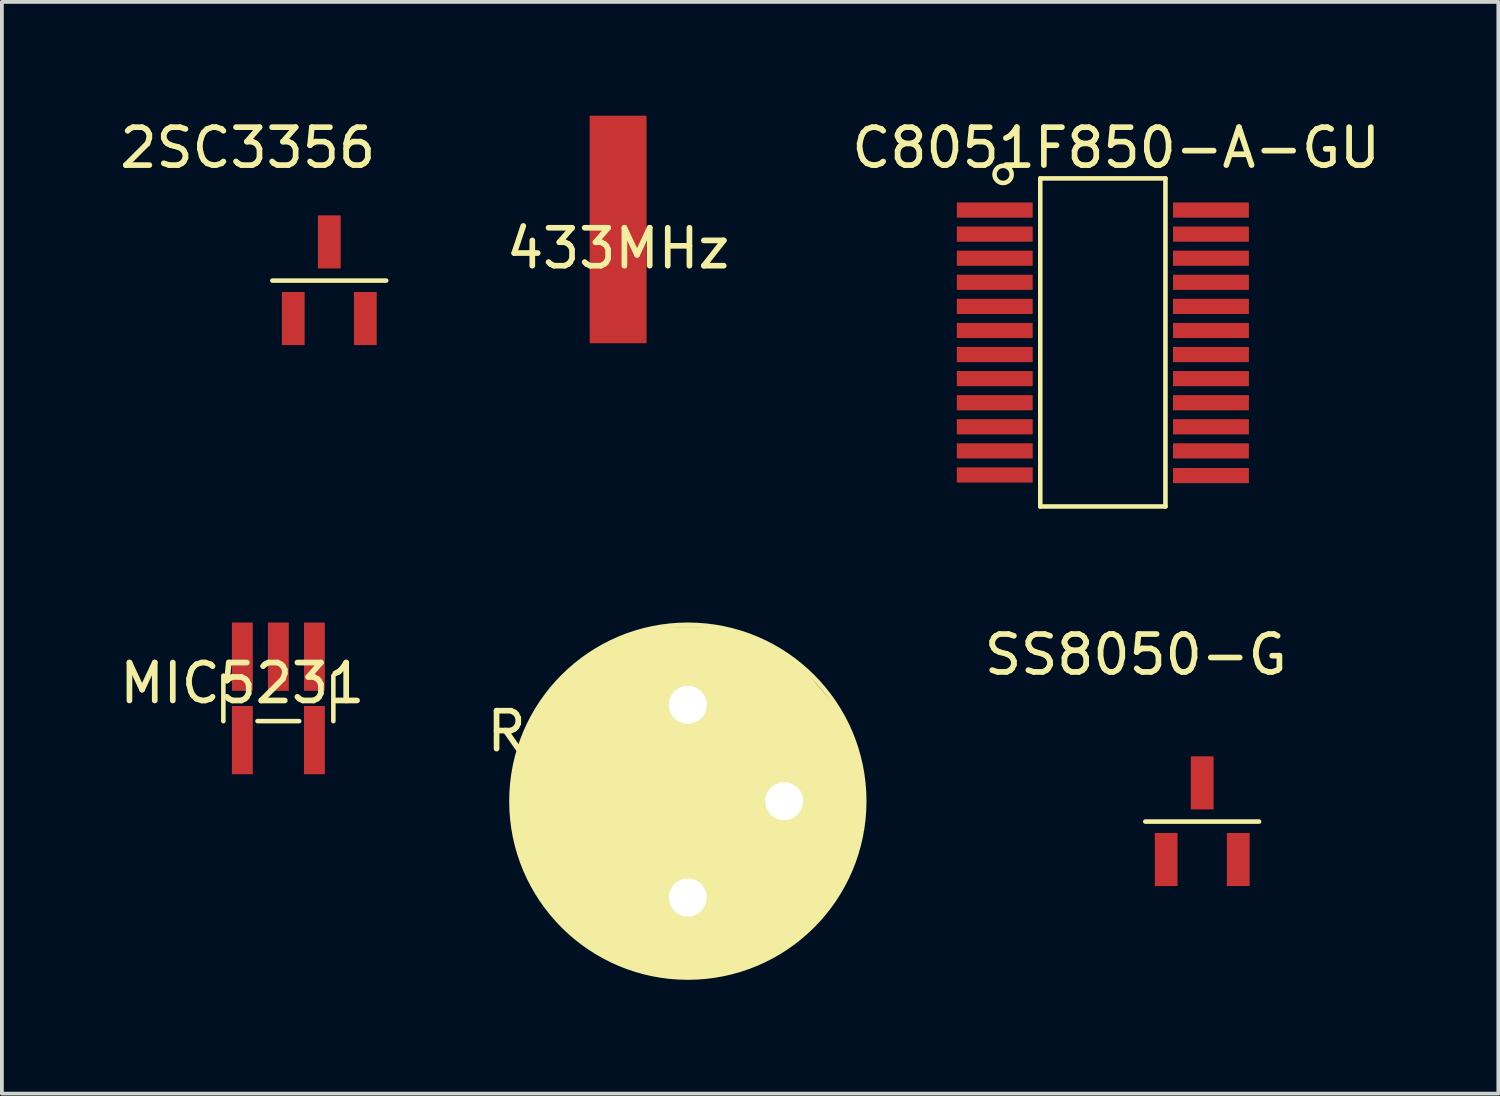
<source format=kicad_pcb>
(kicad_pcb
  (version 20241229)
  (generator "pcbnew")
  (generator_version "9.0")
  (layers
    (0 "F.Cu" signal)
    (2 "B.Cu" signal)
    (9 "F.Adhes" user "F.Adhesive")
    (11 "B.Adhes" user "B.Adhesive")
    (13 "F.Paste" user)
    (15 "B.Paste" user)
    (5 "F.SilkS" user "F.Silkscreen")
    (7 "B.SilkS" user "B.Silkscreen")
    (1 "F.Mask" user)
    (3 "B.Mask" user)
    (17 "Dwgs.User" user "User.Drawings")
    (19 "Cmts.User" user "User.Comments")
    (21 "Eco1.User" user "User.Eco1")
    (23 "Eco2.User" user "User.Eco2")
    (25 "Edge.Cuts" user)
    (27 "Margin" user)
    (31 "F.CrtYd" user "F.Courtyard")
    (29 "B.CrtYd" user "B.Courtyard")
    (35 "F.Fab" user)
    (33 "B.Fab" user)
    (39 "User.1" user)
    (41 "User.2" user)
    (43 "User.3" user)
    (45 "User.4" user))
  (footprint "SS8050-G"
    (layer "F.Cu")
    (at 27.696 19.611)
    (property "Reference" "SS8050-G" (at -0.8 -5.4 0) (layer "F.SilkS") (effects (font (size 1 1) (thickness 0.15))))
    (attr through_hole)
    (fp_line (start -0.55 -1) (end 2.45 -1) (stroke (width 0.12) (type solid)) (layer "F.SilkS"))
    (pad "1" smd rect (at 0 0) (size 0.6 1.4) (layers "F.Cu" "F.Mask" "F.Paste"))
    (pad "2" smd rect (at 1.9 0) (size 0.6 1.4) (layers "F.Cu" "F.Mask" "F.Paste"))
    (pad "3" smd rect (at 0.95 -2.02) (size 0.6 1.4) (layers "F.Cu" "F.Mask" "F.Paste")))
  (footprint "433MHz"
    (layer "F.Cu")
    (at 13.246 3)
    (property "Reference" "433MHz" (at 0 0.5 0) (layer "F.SilkS") (effects (font (size 1 1) (thickness 0.15))))
    (attr through_hole)
    (pad "1" smd rect (at 0 0) (size 1.5 6) (layers "F.Cu" "F.Mask" "F.Paste")))
  (footprint "2SC3356"
    (layer "F.Cu")
    (at 4.682 5.348)
    (property "Reference" "2SC3356" (at -1.2 -4.5 0) (layer "F.SilkS") (effects (font (size 1 1) (thickness 0.15))))
    (attr through_hole)
    (fp_line (start -0.55 -1) (end 2.45 -1) (stroke (width 0.12) (type solid)) (layer "F.SilkS"))
    (pad "1" smd rect (at 1.9 0) (size 0.6 1.4) (layers "F.Cu" "F.Mask" "F.Paste"))
    (pad "2" smd rect (at 0 0) (size 0.6 1.4) (layers "F.Cu" "F.Mask" "F.Paste"))
    (pad "3" smd rect (at 0.95 -2.02) (size 0.6 1.4) (layers "F.Cu" "F.Mask" "F.Paste")))
  (footprint "R03101"
    (layer "F.Cu")
    (at 15.085 15.533)
    (property "Reference" "R03101" (at -2.4 0.7 0) (layer "F.SilkS") (effects (font (size 1 1) (thickness 0.15))))
    (attr through_hole)
    (fp_circle (center 0 2.54) (end 4.65 2.54) (stroke (width 0.12) (type solid)) (fill no) (layer "F.SilkS"))
    (fp_poly (pts (xy 0.9 -2) (xy 1.7 -1.7) (xy 2.6 -1.3) (xy 3.2 -0.7) (xy 3.8 0) (xy 4.3 0.8) (xy 4.5 1.8) (xy 4.6 2.7) (xy 4.5 3.5) (xy 4.2 4.4) (xy 3.8 5.1) (xy 3.5 5.5) (xy 2.9 6.1) (xy 2.1 6.6) (xy 1.3 7) (xy 0.3 7.1) (xy -0.8 7.1) (xy -1.9 6.7) (xy -2.7 6.3) (xy -3.3 5.7) (xy -3.8 5.1) (xy -4.3 4.3) (xy -4.5 3.4) (xy -4.6 2.6) (xy -4.5 1.7) (xy -4.3 1) (xy -4 0.2) (xy -3.4 -0.5) (xy -2.8 -1.1) (xy -2.3 -1.4) (xy -1.7 -1.7) (xy -1.2 -1.9) (xy -0.5 -2) (xy 0 -2)) (stroke (width 0.1) (type solid)) (fill yes) (layer "F.SilkS"))
    (pad "1" thru_hole circle (at 0 5.08) (size 2 2) (drill 1) (layers "*.Cu" "*.Mask"))
    (pad "2" thru_hole circle (at 2.54 2.54) (size 2 2) (drill 1) (layers "*.Cu" "*.Mask"))
    (pad "3" thru_hole circle (at 0 0) (size 2 2) (drill 1) (layers "*.Cu" "*.Mask")))
  (footprint "C8051F850-A-GU"
    (layer "F.Cu")
    (at 23.377 2.488)
    (property "Reference" "C8051F850-A-GU" (at 3 -1.64 0) (layer "F.SilkS") (effects (font (size 1 1) (thickness 0.15))))
    (attr through_hole)
    (fp_line (start 1 -0.835) (end 1 7.815) (stroke (width 0.12) (type solid)) (layer "F.SilkS"))
    (fp_line (start 1 -0.835) (end 4.3 -0.835) (stroke (width 0.12) (type solid)) (layer "F.SilkS"))
    (fp_line (start 1 7.815) (end 4.3 7.815) (stroke (width 0.12) (type solid)) (layer "F.SilkS"))
    (fp_line (start 4.3 -0.835) (end 4.3 7.815) (stroke (width 0.12) (type solid)) (layer "F.SilkS"))
    (fp_circle (center 0.02 -0.94) (end -0.14 -1.1) (stroke (width 0.12) (type solid)) (fill no) (layer "F.SilkS"))
    (pad "1" smd rect (at -0.2 0) (size 2 0.4) (layers "F.Cu" "F.Mask" "F.Paste"))
    (pad "2" smd rect (at -0.2 0.635) (size 2 0.4) (layers "F.Cu" "F.Mask" "F.Paste"))
    (pad "3" smd rect (at -0.2 1.27) (size 2 0.4) (layers "F.Cu" "F.Mask" "F.Paste"))
    (pad "4" smd rect (at -0.2 1.905) (size 2 0.4) (layers "F.Cu" "F.Mask" "F.Paste"))
    (pad "5" smd rect (at -0.2 2.54) (size 2 0.4) (layers "F.Cu" "F.Mask" "F.Paste"))
    (pad "6" smd rect (at -0.2 3.175) (size 2 0.4) (layers "F.Cu" "F.Mask" "F.Paste"))
    (pad "7" smd rect (at -0.2 3.81) (size 2 0.4) (layers "F.Cu" "F.Mask" "F.Paste"))
    (pad "8" smd rect (at -0.2 4.445) (size 2 0.4) (layers "F.Cu" "F.Mask" "F.Paste"))
    (pad "9" smd rect (at -0.2 5.08) (size 2 0.4) (layers "F.Cu" "F.Mask" "F.Paste"))
    (pad "10" smd rect (at -0.2 5.715) (size 2 0.4) (layers "F.Cu" "F.Mask" "F.Paste"))
    (pad "11" smd rect (at -0.2 6.35) (size 2 0.4) (layers "F.Cu" "F.Mask" "F.Paste"))
    (pad "12" smd rect (at -0.2 6.985) (size 2 0.4) (layers "F.Cu" "F.Mask" "F.Paste"))
    (pad "13" smd rect (at 5.5 7) (size 2 0.4) (layers "F.Cu" "F.Mask" "F.Paste"))
    (pad "14" smd rect (at 5.5 6.35) (size 2 0.4) (layers "F.Cu" "F.Mask" "F.Paste"))
    (pad "15" smd rect (at 5.5 5.715) (size 2 0.4) (layers "F.Cu" "F.Mask" "F.Paste"))
    (pad "16" smd rect (at 5.5 5.08) (size 2 0.4) (layers "F.Cu" "F.Mask" "F.Paste"))
    (pad "17" smd rect (at 5.5 4.445) (size 2 0.4) (layers "F.Cu" "F.Mask" "F.Paste"))
    (pad "18" smd rect (at 5.5 3.81) (size 2 0.4) (layers "F.Cu" "F.Mask" "F.Paste"))
    (pad "19" smd rect (at 5.5 3.175) (size 2 0.4) (layers "F.Cu" "F.Mask" "F.Paste"))
    (pad "20" smd rect (at 5.5 2.54) (size 2 0.4) (layers "F.Cu" "F.Mask" "F.Paste"))
    (pad "21" smd rect (at 5.5 1.905) (size 2 0.4) (layers "F.Cu" "F.Mask" "F.Paste"))
    (pad "22" smd rect (at 5.5 1.27) (size 2 0.4) (layers "F.Cu" "F.Mask" "F.Paste"))
    (pad "23" smd rect (at 5.5 0.635) (size 2 0.4) (layers "F.Cu" "F.Mask" "F.Paste"))
    (pad "24" smd rect (at 5.5 0) (size 2 0.4) (layers "F.Cu" "F.Mask" "F.Paste")))
  (footprint "MIC5231"
    (layer "F.Cu")
    (at 3.339 14.463)
    (property "Reference" "MIC5231" (at 0 0.5 0) (layer "F.SilkS") (effects (font (size 1 1) (thickness 0.15))))
    (attr through_hole)
    (fp_line (start -0.5 0.3) (end -0.5 1.5) (stroke (width 0.12) (type solid)) (layer "F.SilkS"))
    (fp_line (start 0.4 1.5) (end 1.5 1.5) (stroke (width 0.12) (type solid)) (layer "F.SilkS"))
    (fp_line (start 2.4 0.3) (end 2.4 1.5) (stroke (width 0.12) (type solid)) (layer "F.SilkS"))
    (pad "1" smd rect (at 1.9 -0.2) (size 0.55 1.8) (layers "F.Cu" "F.Mask" "F.Paste"))
    (pad "2" smd rect (at 0.95 -0.2) (size 0.55 1.8) (layers "F.Cu" "F.Mask" "F.Paste"))
    (pad "3" smd rect (at 0 -0.2) (size 0.55 1.8) (layers "F.Cu" "F.Mask" "F.Paste"))
    (pad "4" smd rect (at 0 2) (size 0.55 1.8) (layers "F.Cu" "F.Mask" "F.Paste"))
    (pad "5" smd rect (at 1.9 2) (size 0.55 1.8) (layers "F.Cu" "F.Mask" "F.Paste")))
  (gr_rect
    (start -3 -3)
    (end 36.454 25.783)
    (stroke (width 0.1) (type default))
    (fill no)
    (layer "Edge.Cuts")))
</source>
